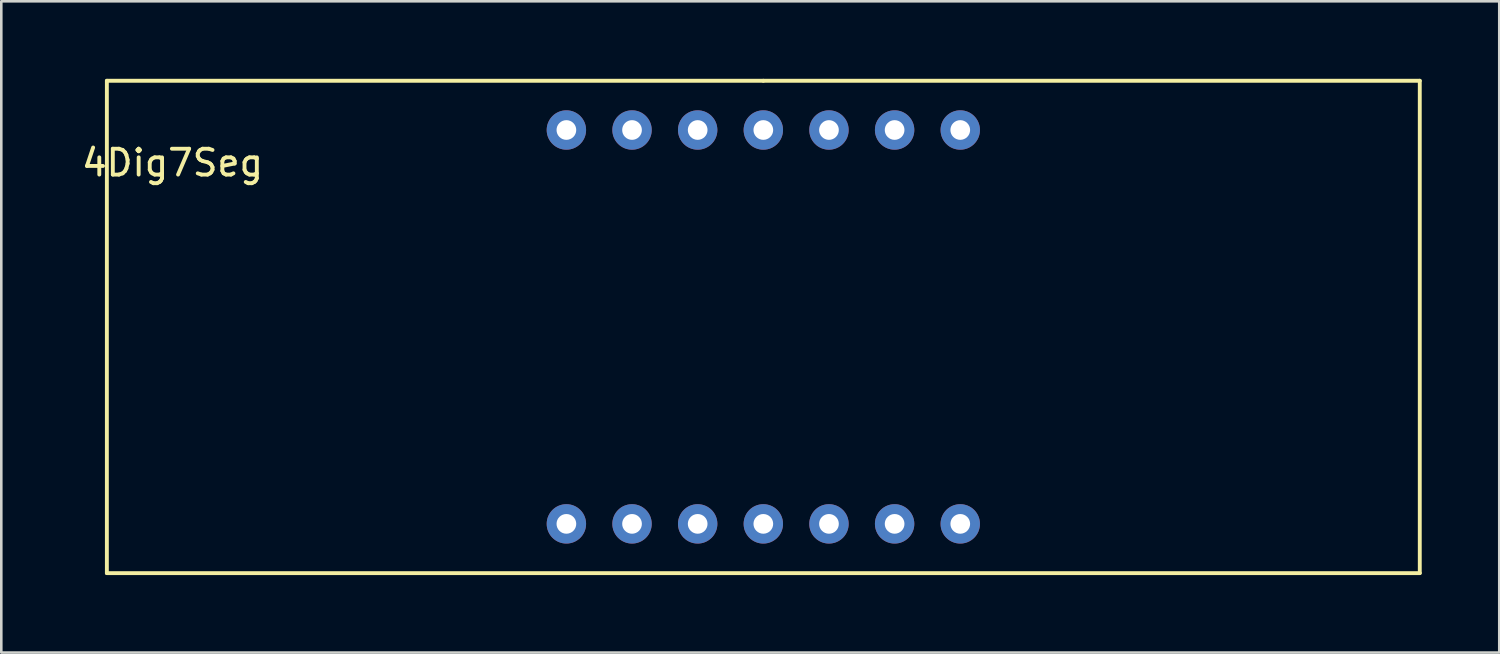
<source format=kicad_pcb>
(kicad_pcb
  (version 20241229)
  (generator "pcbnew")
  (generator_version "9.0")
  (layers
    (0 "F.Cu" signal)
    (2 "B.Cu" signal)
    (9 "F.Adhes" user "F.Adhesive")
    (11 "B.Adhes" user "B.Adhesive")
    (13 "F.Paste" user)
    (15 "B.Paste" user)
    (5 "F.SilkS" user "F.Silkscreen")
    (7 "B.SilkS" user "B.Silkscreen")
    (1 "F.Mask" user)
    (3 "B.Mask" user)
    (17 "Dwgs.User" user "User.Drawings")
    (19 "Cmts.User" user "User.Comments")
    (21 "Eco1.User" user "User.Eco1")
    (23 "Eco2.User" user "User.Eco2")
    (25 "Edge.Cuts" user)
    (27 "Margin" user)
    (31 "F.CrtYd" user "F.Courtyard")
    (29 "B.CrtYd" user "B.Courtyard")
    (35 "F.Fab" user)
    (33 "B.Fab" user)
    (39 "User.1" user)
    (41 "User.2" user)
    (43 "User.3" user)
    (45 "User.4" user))
  (footprint "4Dig7Seg"
    (layer "F.Cu")
    (at 26.485 9.6)
    (property "Reference" "4Dig7Seg" (at -22.86 -6.35 0) (layer "F.SilkS") (effects (font (size 1 1) (thickness 0.15))))
    (attr through_hole)
    (fp_line (start -25.4 -9.525) (end -25.4 9.525) (stroke (width 0.15) (type solid)) (layer "F.SilkS"))
    (fp_line (start -25.4 9.525) (end 25.4 9.525) (stroke (width 0.15) (type solid)) (layer "F.SilkS"))
    (fp_line (start 0 -9.525) (end -25.4 -9.525) (stroke (width 0.15) (type solid)) (layer "F.SilkS"))
    (fp_line (start 25.4 -9.525) (end 0 -9.525) (stroke (width 0.15) (type solid)) (layer "F.SilkS"))
    (fp_line (start 25.4 9.525) (end 25.4 -9.525) (stroke (width 0.15) (type solid)) (layer "F.SilkS"))
    (pad "3" thru_hole circle (at 0 -7.62) (size 1.524 1.524) (drill 0.762) (layers "*.Cu" "*.Mask"))
    (pad "4" thru_hole circle (at 2.54 -7.62) (size 1.524 1.524) (drill 0.762) (layers "*.Cu" "*.Mask"))
    (pad "5" thru_hole circle (at 5.08 -7.62) (size 1.524 1.524) (drill 0.762) (layers "*.Cu" "*.Mask"))
    (pad "6" thru_hole circle (at 7.62 -7.62) (size 1.524 1.524) (drill 0.762) (layers "*.Cu" "*.Mask"))
    (pad "10" thru_hole circle (at 0 7.62) (size 1.524 1.524) (drill 0.762) (layers "*.Cu" "*.Mask"))
    (pad "11" thru_hole circle (at 2.54 7.62) (size 1.524 1.524) (drill 0.762) (layers "*.Cu" "*.Mask"))
    (pad "12" thru_hole circle (at 5.08 7.62) (size 1.524 1.524) (drill 0.762) (layers "*.Cu" "*.Mask"))
    (pad "13" thru_hole circle (at 7.62 7.62) (size 1.524 1.524) (drill 0.762) (layers "*.Cu" "*.Mask"))
    (pad "17" thru_hole circle (at -2.54 -7.62) (size 1.524 1.524) (drill 0.762) (layers "*.Cu" "*.Mask"))
    (pad "18" thru_hole circle (at -5.08 -7.62) (size 1.524 1.524) (drill 0.762) (layers "*.Cu" "*.Mask"))
    (pad "19" thru_hole circle (at -7.62 -7.62) (size 1.524 1.524) (drill 0.762) (layers "*.Cu" "*.Mask"))
    (pad "20" thru_hole circle (at -7.62 7.62) (size 1.524 1.524) (drill 0.762) (layers "*.Cu" "*.Mask"))
    (pad "22" thru_hole circle (at -5.08 7.62) (size 1.524 1.524) (drill 0.762) (layers "*.Cu" "*.Mask"))
    (pad "23" thru_hole circle (at -2.54 7.62) (size 1.524 1.524) (drill 0.762) (layers "*.Cu" "*.Mask")))
  (gr_rect
    (start -3 -3)
    (end 54.96 22.2)
    (stroke (width 0.1) (type default))
    (fill no)
    (layer "Edge.Cuts")))
</source>
